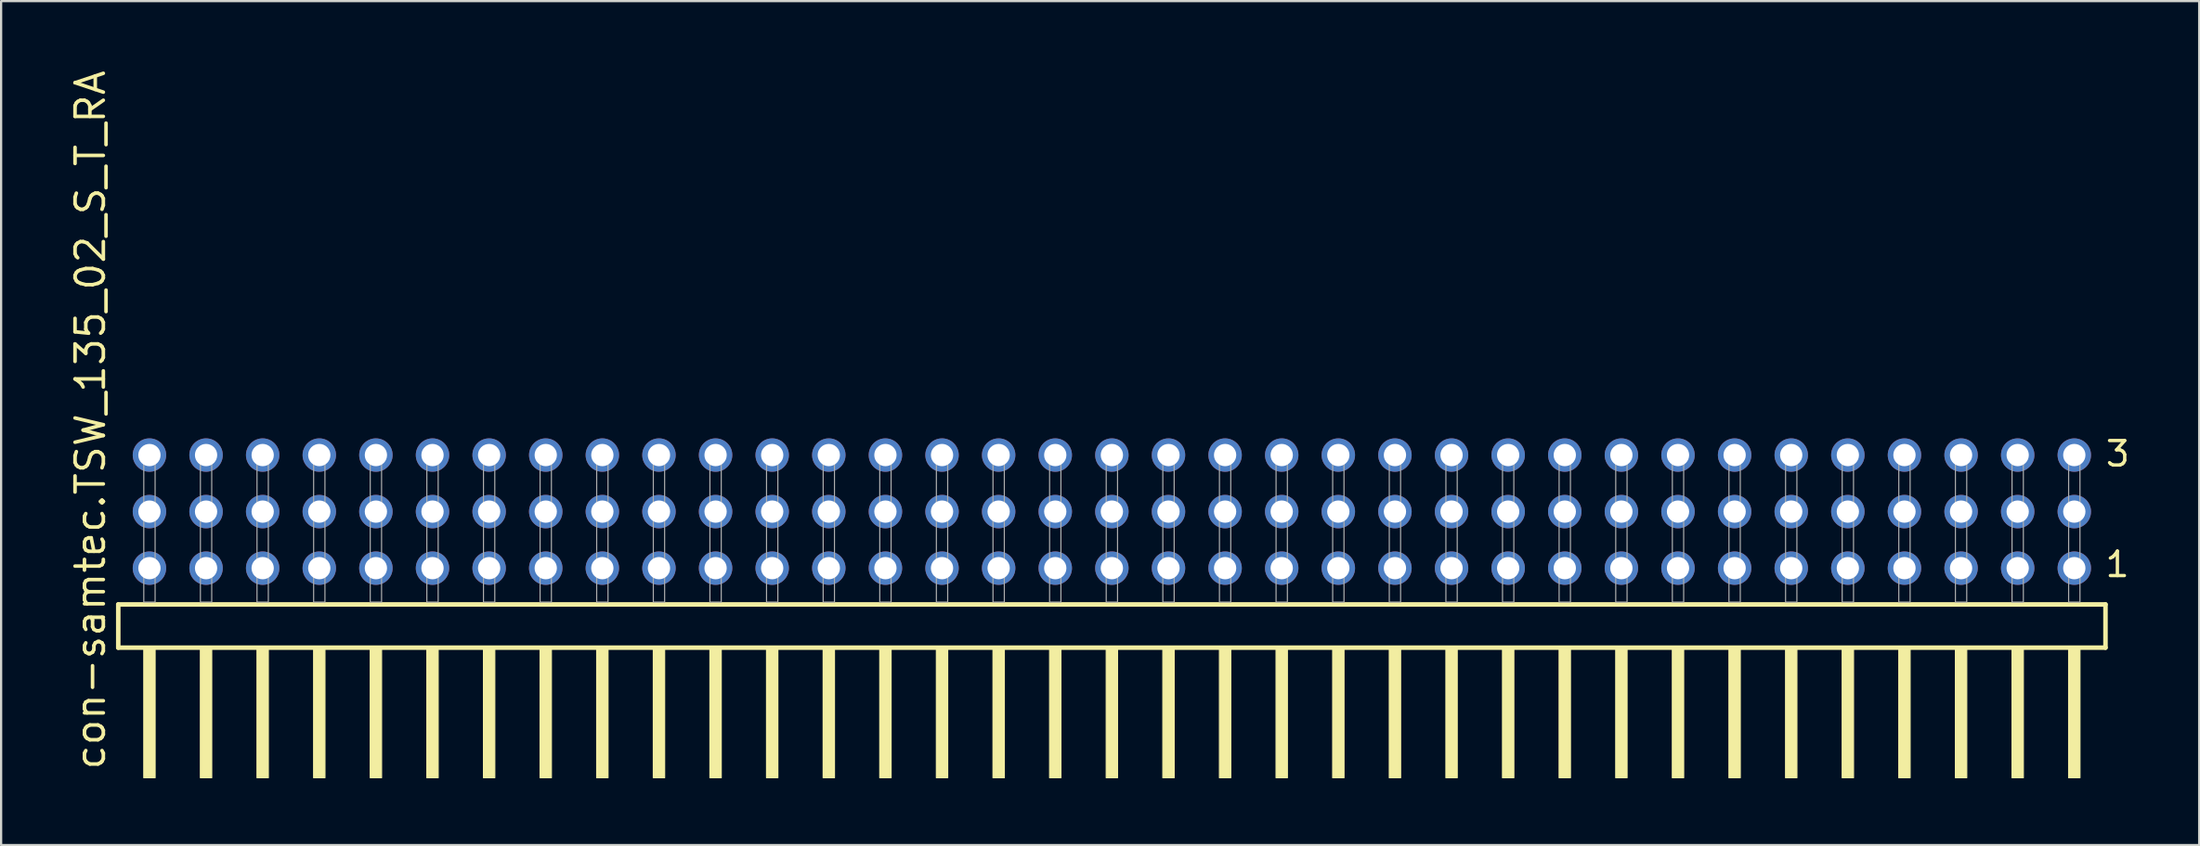
<source format=kicad_pcb>
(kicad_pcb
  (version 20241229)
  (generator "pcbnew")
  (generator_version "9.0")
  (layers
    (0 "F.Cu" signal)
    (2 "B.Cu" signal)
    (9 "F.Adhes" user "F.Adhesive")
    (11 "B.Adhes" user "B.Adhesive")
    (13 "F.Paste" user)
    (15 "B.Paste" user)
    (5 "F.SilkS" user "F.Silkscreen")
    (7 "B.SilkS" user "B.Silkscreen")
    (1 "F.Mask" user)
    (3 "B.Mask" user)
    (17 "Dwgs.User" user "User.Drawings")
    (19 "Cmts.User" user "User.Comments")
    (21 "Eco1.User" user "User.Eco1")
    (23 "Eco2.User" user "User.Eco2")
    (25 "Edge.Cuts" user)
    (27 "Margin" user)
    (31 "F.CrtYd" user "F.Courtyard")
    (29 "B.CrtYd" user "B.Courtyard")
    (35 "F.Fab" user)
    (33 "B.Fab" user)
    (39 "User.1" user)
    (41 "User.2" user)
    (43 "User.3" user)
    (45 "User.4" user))
  (footprint "con-samtec.TSW_135_02_S_T_RA"
    (layer "F.Cu")
    (at 46.835 23.993)
    (property "Reference" "con-samtec.TSW_135_02_S_T_RA" (at -45.085 7.62 90) (layer "F.SilkS") (effects (font (size 1.27 1.27) (thickness 0.16)) (justify left bottom)))
    (attr through_hole)
    (fp_line (start -44.579 0.106) (end -44.579 2.046) (stroke (width 0.203) (type default)) (layer "F.SilkS"))
    (fp_line (start -44.579 2.046) (end 44.579 2.046) (stroke (width 0.203) (type default)) (layer "F.SilkS"))
    (fp_line (start 44.579 0.106) (end -44.579 0.106) (stroke (width 0.203) (type default)) (layer "F.SilkS"))
    (fp_line (start 44.579 2.046) (end 44.579 0.106) (stroke (width 0.203) (type default)) (layer "F.SilkS"))
    (fp_rect (start -43.434 7.89) (end -42.926 2.04) (stroke (width 0.05) (type default)) (fill yes) (layer "F.SilkS"))
    (fp_rect (start -40.894 7.89) (end -40.386 2.04) (stroke (width 0.05) (type default)) (fill yes) (layer "F.SilkS"))
    (fp_rect (start -38.354 7.89) (end -37.846 2.04) (stroke (width 0.05) (type default)) (fill yes) (layer "F.SilkS"))
    (fp_rect (start -35.814 7.89) (end -35.306 2.04) (stroke (width 0.05) (type default)) (fill yes) (layer "F.SilkS"))
    (fp_rect (start -33.274 7.89) (end -32.766 2.04) (stroke (width 0.05) (type default)) (fill yes) (layer "F.SilkS"))
    (fp_rect (start -30.734 7.89) (end -30.226 2.04) (stroke (width 0.05) (type default)) (fill yes) (layer "F.SilkS"))
    (fp_rect (start -28.194 7.89) (end -27.686 2.04) (stroke (width 0.05) (type default)) (fill yes) (layer "F.SilkS"))
    (fp_rect (start -25.654 7.89) (end -25.146 2.04) (stroke (width 0.05) (type default)) (fill yes) (layer "F.SilkS"))
    (fp_rect (start -23.114 7.89) (end -22.606 2.04) (stroke (width 0.05) (type default)) (fill yes) (layer "F.SilkS"))
    (fp_rect (start -20.574 7.89) (end -20.066 2.04) (stroke (width 0.05) (type default)) (fill yes) (layer "F.SilkS"))
    (fp_rect (start -18.034 7.89) (end -17.526 2.04) (stroke (width 0.05) (type default)) (fill yes) (layer "F.SilkS"))
    (fp_rect (start -15.494 7.89) (end -14.986 2.04) (stroke (width 0.05) (type default)) (fill yes) (layer "F.SilkS"))
    (fp_rect (start -12.954 7.89) (end -12.446 2.04) (stroke (width 0.05) (type default)) (fill yes) (layer "F.SilkS"))
    (fp_rect (start -10.414 7.89) (end -9.906 2.04) (stroke (width 0.05) (type default)) (fill yes) (layer "F.SilkS"))
    (fp_rect (start -7.874 7.89) (end -7.366 2.04) (stroke (width 0.05) (type default)) (fill yes) (layer "F.SilkS"))
    (fp_rect (start -5.334 7.89) (end -4.826 2.04) (stroke (width 0.05) (type default)) (fill yes) (layer "F.SilkS"))
    (fp_rect (start -2.794 7.89) (end -2.286 2.04) (stroke (width 0.05) (type default)) (fill yes) (layer "F.SilkS"))
    (fp_rect (start -0.254 7.89) (end 0.254 2.04) (stroke (width 0.05) (type default)) (fill yes) (layer "F.SilkS"))
    (fp_rect (start 2.286 7.89) (end 2.794 2.04) (stroke (width 0.05) (type default)) (fill yes) (layer "F.SilkS"))
    (fp_rect (start 4.826 7.89) (end 5.334 2.04) (stroke (width 0.05) (type default)) (fill yes) (layer "F.SilkS"))
    (fp_rect (start 7.366 7.89) (end 7.874 2.04) (stroke (width 0.05) (type default)) (fill yes) (layer "F.SilkS"))
    (fp_rect (start 9.906 7.89) (end 10.414 2.04) (stroke (width 0.05) (type default)) (fill yes) (layer "F.SilkS"))
    (fp_rect (start 12.446 7.89) (end 12.954 2.04) (stroke (width 0.05) (type default)) (fill yes) (layer "F.SilkS"))
    (fp_rect (start 14.986 7.89) (end 15.494 2.04) (stroke (width 0.05) (type default)) (fill yes) (layer "F.SilkS"))
    (fp_rect (start 17.526 7.89) (end 18.034 2.04) (stroke (width 0.05) (type default)) (fill yes) (layer "F.SilkS"))
    (fp_rect (start 20.066 7.89) (end 20.574 2.04) (stroke (width 0.05) (type default)) (fill yes) (layer "F.SilkS"))
    (fp_rect (start 22.606 7.89) (end 23.114 2.04) (stroke (width 0.05) (type default)) (fill yes) (layer "F.SilkS"))
    (fp_rect (start 25.146 7.89) (end 25.654 2.04) (stroke (width 0.05) (type default)) (fill yes) (layer "F.SilkS"))
    (fp_rect (start 27.686 7.89) (end 28.194 2.04) (stroke (width 0.05) (type default)) (fill yes) (layer "F.SilkS"))
    (fp_rect (start 30.226 7.89) (end 30.734 2.04) (stroke (width 0.05) (type default)) (fill yes) (layer "F.SilkS"))
    (fp_rect (start 32.766 7.89) (end 33.274 2.04) (stroke (width 0.05) (type default)) (fill yes) (layer "F.SilkS"))
    (fp_rect (start 35.306 7.89) (end 35.814 2.04) (stroke (width 0.05) (type default)) (fill yes) (layer "F.SilkS"))
    (fp_rect (start 37.846 7.89) (end 38.354 2.04) (stroke (width 0.05) (type default)) (fill yes) (layer "F.SilkS"))
    (fp_rect (start 40.386 7.89) (end 40.894 2.04) (stroke (width 0.05) (type default)) (fill yes) (layer "F.SilkS"))
    (fp_rect (start 42.926 7.89) (end 43.434 2.04) (stroke (width 0.05) (type default)) (fill yes) (layer "F.SilkS"))
    (fp_rect (start -43.434 0) (end -42.926 -6.858) (stroke (width 0.05) (type default)) (fill no) (layer "F.Fab"))
    (fp_rect (start -40.894 0) (end -40.386 -6.858) (stroke (width 0.05) (type default)) (fill no) (layer "F.Fab"))
    (fp_rect (start -38.354 0) (end -37.846 -6.858) (stroke (width 0.05) (type default)) (fill no) (layer "F.Fab"))
    (fp_rect (start -35.814 0) (end -35.306 -6.858) (stroke (width 0.05) (type default)) (fill no) (layer "F.Fab"))
    (fp_rect (start -33.274 0) (end -32.766 -6.858) (stroke (width 0.05) (type default)) (fill no) (layer "F.Fab"))
    (fp_rect (start -30.734 0) (end -30.226 -6.858) (stroke (width 0.05) (type default)) (fill no) (layer "F.Fab"))
    (fp_rect (start -28.194 0) (end -27.686 -6.858) (stroke (width 0.05) (type default)) (fill no) (layer "F.Fab"))
    (fp_rect (start -25.654 0) (end -25.146 -6.858) (stroke (width 0.05) (type default)) (fill no) (layer "F.Fab"))
    (fp_rect (start -23.114 0) (end -22.606 -6.858) (stroke (width 0.05) (type default)) (fill no) (layer "F.Fab"))
    (fp_rect (start -20.574 0) (end -20.066 -6.858) (stroke (width 0.05) (type default)) (fill no) (layer "F.Fab"))
    (fp_rect (start -18.034 0) (end -17.526 -6.858) (stroke (width 0.05) (type default)) (fill no) (layer "F.Fab"))
    (fp_rect (start -15.494 0) (end -14.986 -6.858) (stroke (width 0.05) (type default)) (fill no) (layer "F.Fab"))
    (fp_rect (start -12.954 0) (end -12.446 -6.858) (stroke (width 0.05) (type default)) (fill no) (layer "F.Fab"))
    (fp_rect (start -10.414 0) (end -9.906 -6.858) (stroke (width 0.05) (type default)) (fill no) (layer "F.Fab"))
    (fp_rect (start -7.874 0) (end -7.366 -6.858) (stroke (width 0.05) (type default)) (fill no) (layer "F.Fab"))
    (fp_rect (start -5.334 0) (end -4.826 -6.858) (stroke (width 0.05) (type default)) (fill no) (layer "F.Fab"))
    (fp_rect (start -2.794 0) (end -2.286 -6.858) (stroke (width 0.05) (type default)) (fill no) (layer "F.Fab"))
    (fp_rect (start -0.254 0) (end 0.254 -6.858) (stroke (width 0.05) (type default)) (fill no) (layer "F.Fab"))
    (fp_rect (start 2.286 0) (end 2.794 -6.858) (stroke (width 0.05) (type default)) (fill no) (layer "F.Fab"))
    (fp_rect (start 4.826 0) (end 5.334 -6.858) (stroke (width 0.05) (type default)) (fill no) (layer "F.Fab"))
    (fp_rect (start 7.366 0) (end 7.874 -6.858) (stroke (width 0.05) (type default)) (fill no) (layer "F.Fab"))
    (fp_rect (start 9.906 0) (end 10.414 -6.858) (stroke (width 0.05) (type default)) (fill no) (layer "F.Fab"))
    (fp_rect (start 12.446 0) (end 12.954 -6.858) (stroke (width 0.05) (type default)) (fill no) (layer "F.Fab"))
    (fp_rect (start 14.986 0) (end 15.494 -6.858) (stroke (width 0.05) (type default)) (fill no) (layer "F.Fab"))
    (fp_rect (start 17.526 0) (end 18.034 -6.858) (stroke (width 0.05) (type default)) (fill no) (layer "F.Fab"))
    (fp_rect (start 20.066 0) (end 20.574 -6.858) (stroke (width 0.05) (type default)) (fill no) (layer "F.Fab"))
    (fp_rect (start 22.606 0) (end 23.114 -6.858) (stroke (width 0.05) (type default)) (fill no) (layer "F.Fab"))
    (fp_rect (start 25.146 0) (end 25.654 -6.858) (stroke (width 0.05) (type default)) (fill no) (layer "F.Fab"))
    (fp_rect (start 27.686 0) (end 28.194 -6.858) (stroke (width 0.05) (type default)) (fill no) (layer "F.Fab"))
    (fp_rect (start 30.226 0) (end 30.734 -6.858) (stroke (width 0.05) (type default)) (fill no) (layer "F.Fab"))
    (fp_rect (start 32.766 0) (end 33.274 -6.858) (stroke (width 0.05) (type default)) (fill no) (layer "F.Fab"))
    (fp_rect (start 35.306 0) (end 35.814 -6.858) (stroke (width 0.05) (type default)) (fill no) (layer "F.Fab"))
    (fp_rect (start 37.846 0) (end 38.354 -6.858) (stroke (width 0.05) (type default)) (fill no) (layer "F.Fab"))
    (fp_rect (start 40.386 0) (end 40.894 -6.858) (stroke (width 0.05) (type default)) (fill no) (layer "F.Fab"))
    (fp_rect (start 42.926 0) (end 43.434 -6.858) (stroke (width 0.05) (type default)) (fill no) (layer "F.Fab"))
    (fp_text user "3" (at 44.505 -6.015 0) (layer "F.SilkS") (effects (font (size 1.1 1.1) (thickness 0.15)) (justify left bottom)))
    (fp_text user "1" (at 44.49 -1.05 0) (layer "F.SilkS") (effects (font (size 1.1 1.1) (thickness 0.15)) (justify left bottom)))
    (pad "1" thru_hole circle (at 43.18 -1.524 180) (size 1.5 1.5) (drill 1) (layers "*.Cu" "*.Mask"))
    (pad "2" thru_hole circle (at 43.18 -4.064 180) (size 1.5 1.5) (drill 1) (layers "*.Cu" "*.Mask"))
    (pad "3" thru_hole circle (at 43.18 -6.604 180) (size 1.5 1.5) (drill 1) (layers "*.Cu" "*.Mask"))
    (pad "4" thru_hole circle (at 40.64 -1.524 180) (size 1.5 1.5) (drill 1) (layers "*.Cu" "*.Mask"))
    (pad "5" thru_hole circle (at 40.64 -4.064 180) (size 1.5 1.5) (drill 1) (layers "*.Cu" "*.Mask"))
    (pad "6" thru_hole circle (at 40.64 -6.604 180) (size 1.5 1.5) (drill 1) (layers "*.Cu" "*.Mask"))
    (pad "7" thru_hole circle (at 38.1 -1.524 180) (size 1.5 1.5) (drill 1) (layers "*.Cu" "*.Mask"))
    (pad "8" thru_hole circle (at 38.1 -4.064 180) (size 1.5 1.5) (drill 1) (layers "*.Cu" "*.Mask"))
    (pad "9" thru_hole circle (at 38.1 -6.604 180) (size 1.5 1.5) (drill 1) (layers "*.Cu" "*.Mask"))
    (pad "10" thru_hole circle (at 35.56 -1.524 180) (size 1.5 1.5) (drill 1) (layers "*.Cu" "*.Mask"))
    (pad "11" thru_hole circle (at 35.56 -4.064 180) (size 1.5 1.5) (drill 1) (layers "*.Cu" "*.Mask"))
    (pad "12" thru_hole circle (at 35.56 -6.604 180) (size 1.5 1.5) (drill 1) (layers "*.Cu" "*.Mask"))
    (pad "13" thru_hole circle (at 33.02 -1.524 180) (size 1.5 1.5) (drill 1) (layers "*.Cu" "*.Mask"))
    (pad "14" thru_hole circle (at 33.02 -4.064 180) (size 1.5 1.5) (drill 1) (layers "*.Cu" "*.Mask"))
    (pad "15" thru_hole circle (at 33.02 -6.604 180) (size 1.5 1.5) (drill 1) (layers "*.Cu" "*.Mask"))
    (pad "16" thru_hole circle (at 30.48 -1.524 180) (size 1.5 1.5) (drill 1) (layers "*.Cu" "*.Mask"))
    (pad "17" thru_hole circle (at 30.48 -4.064 180) (size 1.5 1.5) (drill 1) (layers "*.Cu" "*.Mask"))
    (pad "18" thru_hole circle (at 30.48 -6.604 180) (size 1.5 1.5) (drill 1) (layers "*.Cu" "*.Mask"))
    (pad "19" thru_hole circle (at 27.94 -1.524 180) (size 1.5 1.5) (drill 1) (layers "*.Cu" "*.Mask"))
    (pad "20" thru_hole circle (at 27.94 -4.064 180) (size 1.5 1.5) (drill 1) (layers "*.Cu" "*.Mask"))
    (pad "21" thru_hole circle (at 27.94 -6.604 180) (size 1.5 1.5) (drill 1) (layers "*.Cu" "*.Mask"))
    (pad "22" thru_hole circle (at 25.4 -1.524 180) (size 1.5 1.5) (drill 1) (layers "*.Cu" "*.Mask"))
    (pad "23" thru_hole circle (at 25.4 -4.064 180) (size 1.5 1.5) (drill 1) (layers "*.Cu" "*.Mask"))
    (pad "24" thru_hole circle (at 25.4 -6.604 180) (size 1.5 1.5) (drill 1) (layers "*.Cu" "*.Mask"))
    (pad "25" thru_hole circle (at 22.86 -1.524 180) (size 1.5 1.5) (drill 1) (layers "*.Cu" "*.Mask"))
    (pad "26" thru_hole circle (at 22.86 -4.064 180) (size 1.5 1.5) (drill 1) (layers "*.Cu" "*.Mask"))
    (pad "27" thru_hole circle (at 22.86 -6.604 180) (size 1.5 1.5) (drill 1) (layers "*.Cu" "*.Mask"))
    (pad "28" thru_hole circle (at 20.32 -1.524 180) (size 1.5 1.5) (drill 1) (layers "*.Cu" "*.Mask"))
    (pad "29" thru_hole circle (at 20.32 -4.064 180) (size 1.5 1.5) (drill 1) (layers "*.Cu" "*.Mask"))
    (pad "30" thru_hole circle (at 20.32 -6.604 180) (size 1.5 1.5) (drill 1) (layers "*.Cu" "*.Mask"))
    (pad "31" thru_hole circle (at 17.78 -1.524 180) (size 1.5 1.5) (drill 1) (layers "*.Cu" "*.Mask"))
    (pad "32" thru_hole circle (at 17.78 -4.064 180) (size 1.5 1.5) (drill 1) (layers "*.Cu" "*.Mask"))
    (pad "33" thru_hole circle (at 17.78 -6.604 180) (size 1.5 1.5) (drill 1) (layers "*.Cu" "*.Mask"))
    (pad "34" thru_hole circle (at 15.24 -1.524 180) (size 1.5 1.5) (drill 1) (layers "*.Cu" "*.Mask"))
    (pad "35" thru_hole circle (at 15.24 -4.064 180) (size 1.5 1.5) (drill 1) (layers "*.Cu" "*.Mask"))
    (pad "36" thru_hole circle (at 15.24 -6.604 180) (size 1.5 1.5) (drill 1) (layers "*.Cu" "*.Mask"))
    (pad "37" thru_hole circle (at 12.7 -1.524 180) (size 1.5 1.5) (drill 1) (layers "*.Cu" "*.Mask"))
    (pad "38" thru_hole circle (at 12.7 -4.064 180) (size 1.5 1.5) (drill 1) (layers "*.Cu" "*.Mask"))
    (pad "39" thru_hole circle (at 12.7 -6.604 180) (size 1.5 1.5) (drill 1) (layers "*.Cu" "*.Mask"))
    (pad "40" thru_hole circle (at 10.16 -1.524 180) (size 1.5 1.5) (drill 1) (layers "*.Cu" "*.Mask"))
    (pad "41" thru_hole circle (at 10.16 -4.064 180) (size 1.5 1.5) (drill 1) (layers "*.Cu" "*.Mask"))
    (pad "42" thru_hole circle (at 10.16 -6.604 180) (size 1.5 1.5) (drill 1) (layers "*.Cu" "*.Mask"))
    (pad "43" thru_hole circle (at 7.62 -1.524 180) (size 1.5 1.5) (drill 1) (layers "*.Cu" "*.Mask"))
    (pad "44" thru_hole circle (at 7.62 -4.064 180) (size 1.5 1.5) (drill 1) (layers "*.Cu" "*.Mask"))
    (pad "45" thru_hole circle (at 7.62 -6.604 180) (size 1.5 1.5) (drill 1) (layers "*.Cu" "*.Mask"))
    (pad "46" thru_hole circle (at 5.08 -1.524 180) (size 1.5 1.5) (drill 1) (layers "*.Cu" "*.Mask"))
    (pad "47" thru_hole circle (at 5.08 -4.064 180) (size 1.5 1.5) (drill 1) (layers "*.Cu" "*.Mask"))
    (pad "48" thru_hole circle (at 5.08 -6.604 180) (size 1.5 1.5) (drill 1) (layers "*.Cu" "*.Mask"))
    (pad "49" thru_hole circle (at 2.54 -1.524 180) (size 1.5 1.5) (drill 1) (layers "*.Cu" "*.Mask"))
    (pad "50" thru_hole circle (at 2.54 -4.064 180) (size 1.5 1.5) (drill 1) (layers "*.Cu" "*.Mask"))
    (pad "51" thru_hole circle (at 2.54 -6.604 180) (size 1.5 1.5) (drill 1) (layers "*.Cu" "*.Mask"))
    (pad "52" thru_hole circle (at 0 -1.524 180) (size 1.5 1.5) (drill 1) (layers "*.Cu" "*.Mask"))
    (pad "53" thru_hole circle (at 0 -4.064 180) (size 1.5 1.5) (drill 1) (layers "*.Cu" "*.Mask"))
    (pad "54" thru_hole circle (at 0 -6.604 180) (size 1.5 1.5) (drill 1) (layers "*.Cu" "*.Mask"))
    (pad "55" thru_hole circle (at -2.54 -1.524 180) (size 1.5 1.5) (drill 1) (layers "*.Cu" "*.Mask"))
    (pad "56" thru_hole circle (at -2.54 -4.064 180) (size 1.5 1.5) (drill 1) (layers "*.Cu" "*.Mask"))
    (pad "57" thru_hole circle (at -2.54 -6.604 180) (size 1.5 1.5) (drill 1) (layers "*.Cu" "*.Mask"))
    (pad "58" thru_hole circle (at -5.08 -1.524 180) (size 1.5 1.5) (drill 1) (layers "*.Cu" "*.Mask"))
    (pad "59" thru_hole circle (at -5.08 -4.064 180) (size 1.5 1.5) (drill 1) (layers "*.Cu" "*.Mask"))
    (pad "60" thru_hole circle (at -5.08 -6.604 180) (size 1.5 1.5) (drill 1) (layers "*.Cu" "*.Mask"))
    (pad "61" thru_hole circle (at -7.62 -1.524 180) (size 1.5 1.5) (drill 1) (layers "*.Cu" "*.Mask"))
    (pad "62" thru_hole circle (at -7.62 -4.064 180) (size 1.5 1.5) (drill 1) (layers "*.Cu" "*.Mask"))
    (pad "63" thru_hole circle (at -7.62 -6.604 180) (size 1.5 1.5) (drill 1) (layers "*.Cu" "*.Mask"))
    (pad "64" thru_hole circle (at -10.16 -1.524 180) (size 1.5 1.5) (drill 1) (layers "*.Cu" "*.Mask"))
    (pad "65" thru_hole circle (at -10.16 -4.064 180) (size 1.5 1.5) (drill 1) (layers "*.Cu" "*.Mask"))
    (pad "66" thru_hole circle (at -10.16 -6.604 180) (size 1.5 1.5) (drill 1) (layers "*.Cu" "*.Mask"))
    (pad "67" thru_hole circle (at -12.7 -1.524 180) (size 1.5 1.5) (drill 1) (layers "*.Cu" "*.Mask"))
    (pad "68" thru_hole circle (at -12.7 -4.064 180) (size 1.5 1.5) (drill 1) (layers "*.Cu" "*.Mask"))
    (pad "69" thru_hole circle (at -12.7 -6.604 180) (size 1.5 1.5) (drill 1) (layers "*.Cu" "*.Mask"))
    (pad "70" thru_hole circle (at -15.24 -1.524 180) (size 1.5 1.5) (drill 1) (layers "*.Cu" "*.Mask"))
    (pad "71" thru_hole circle (at -15.24 -4.064 180) (size 1.5 1.5) (drill 1) (layers "*.Cu" "*.Mask"))
    (pad "72" thru_hole circle (at -15.24 -6.604 180) (size 1.5 1.5) (drill 1) (layers "*.Cu" "*.Mask"))
    (pad "73" thru_hole circle (at -17.78 -1.524 180) (size 1.5 1.5) (drill 1) (layers "*.Cu" "*.Mask"))
    (pad "74" thru_hole circle (at -17.78 -4.064 180) (size 1.5 1.5) (drill 1) (layers "*.Cu" "*.Mask"))
    (pad "75" thru_hole circle (at -17.78 -6.604 180) (size 1.5 1.5) (drill 1) (layers "*.Cu" "*.Mask"))
    (pad "76" thru_hole circle (at -20.32 -1.524 180) (size 1.5 1.5) (drill 1) (layers "*.Cu" "*.Mask"))
    (pad "77" thru_hole circle (at -20.32 -4.064 180) (size 1.5 1.5) (drill 1) (layers "*.Cu" "*.Mask"))
    (pad "78" thru_hole circle (at -20.32 -6.604 180) (size 1.5 1.5) (drill 1) (layers "*.Cu" "*.Mask"))
    (pad "79" thru_hole circle (at -22.86 -1.524 180) (size 1.5 1.5) (drill 1) (layers "*.Cu" "*.Mask"))
    (pad "80" thru_hole circle (at -22.86 -4.064 180) (size 1.5 1.5) (drill 1) (layers "*.Cu" "*.Mask"))
    (pad "81" thru_hole circle (at -22.86 -6.604 180) (size 1.5 1.5) (drill 1) (layers "*.Cu" "*.Mask"))
    (pad "82" thru_hole circle (at -25.4 -1.524 180) (size 1.5 1.5) (drill 1) (layers "*.Cu" "*.Mask"))
    (pad "83" thru_hole circle (at -25.4 -4.064 180) (size 1.5 1.5) (drill 1) (layers "*.Cu" "*.Mask"))
    (pad "84" thru_hole circle (at -25.4 -6.604 180) (size 1.5 1.5) (drill 1) (layers "*.Cu" "*.Mask"))
    (pad "85" thru_hole circle (at -27.94 -1.524 180) (size 1.5 1.5) (drill 1) (layers "*.Cu" "*.Mask"))
    (pad "86" thru_hole circle (at -27.94 -4.064 180) (size 1.5 1.5) (drill 1) (layers "*.Cu" "*.Mask"))
    (pad "87" thru_hole circle (at -27.94 -6.604 180) (size 1.5 1.5) (drill 1) (layers "*.Cu" "*.Mask"))
    (pad "88" thru_hole circle (at -30.48 -1.524 180) (size 1.5 1.5) (drill 1) (layers "*.Cu" "*.Mask"))
    (pad "89" thru_hole circle (at -30.48 -4.064 180) (size 1.5 1.5) (drill 1) (layers "*.Cu" "*.Mask"))
    (pad "90" thru_hole circle (at -30.48 -6.604 180) (size 1.5 1.5) (drill 1) (layers "*.Cu" "*.Mask"))
    (pad "91" thru_hole circle (at -33.02 -1.524 180) (size 1.5 1.5) (drill 1) (layers "*.Cu" "*.Mask"))
    (pad "92" thru_hole circle (at -33.02 -4.064 180) (size 1.5 1.5) (drill 1) (layers "*.Cu" "*.Mask"))
    (pad "93" thru_hole circle (at -33.02 -6.604 180) (size 1.5 1.5) (drill 1) (layers "*.Cu" "*.Mask"))
    (pad "94" thru_hole circle (at -35.56 -1.524 180) (size 1.5 1.5) (drill 1) (layers "*.Cu" "*.Mask"))
    (pad "95" thru_hole circle (at -35.56 -4.064 180) (size 1.5 1.5) (drill 1) (layers "*.Cu" "*.Mask"))
    (pad "96" thru_hole circle (at -35.56 -6.604 180) (size 1.5 1.5) (drill 1) (layers "*.Cu" "*.Mask"))
    (pad "97" thru_hole circle (at -38.1 -1.524 180) (size 1.5 1.5) (drill 1) (layers "*.Cu" "*.Mask"))
    (pad "98" thru_hole circle (at -38.1 -4.064 180) (size 1.5 1.5) (drill 1) (layers "*.Cu" "*.Mask"))
    (pad "99" thru_hole circle (at -38.1 -6.604 180) (size 1.5 1.5) (drill 1) (layers "*.Cu" "*.Mask"))
    (pad "100" thru_hole circle (at -40.64 -1.524 180) (size 1.5 1.5) (drill 1) (layers "*.Cu" "*.Mask"))
    (pad "101" thru_hole circle (at -40.64 -4.064 180) (size 1.5 1.5) (drill 1) (layers "*.Cu" "*.Mask"))
    (pad "102" thru_hole circle (at -40.64 -6.604 180) (size 1.5 1.5) (drill 1) (layers "*.Cu" "*.Mask"))
    (pad "103" thru_hole circle (at -43.18 -1.524 180) (size 1.5 1.5) (drill 1) (layers "*.Cu" "*.Mask"))
    (pad "104" thru_hole circle (at -43.18 -4.064 180) (size 1.5 1.5) (drill 1) (layers "*.Cu" "*.Mask"))
    (pad "105" thru_hole circle (at -43.18 -6.604 180) (size 1.5 1.5) (drill 1) (layers "*.Cu" "*.Mask")))
  (gr_rect
    (start -3 -3)
    (end 95.618 34.908)
    (stroke (width 0.1) (type default))
    (fill no)
    (layer "Edge.Cuts")))
</source>
